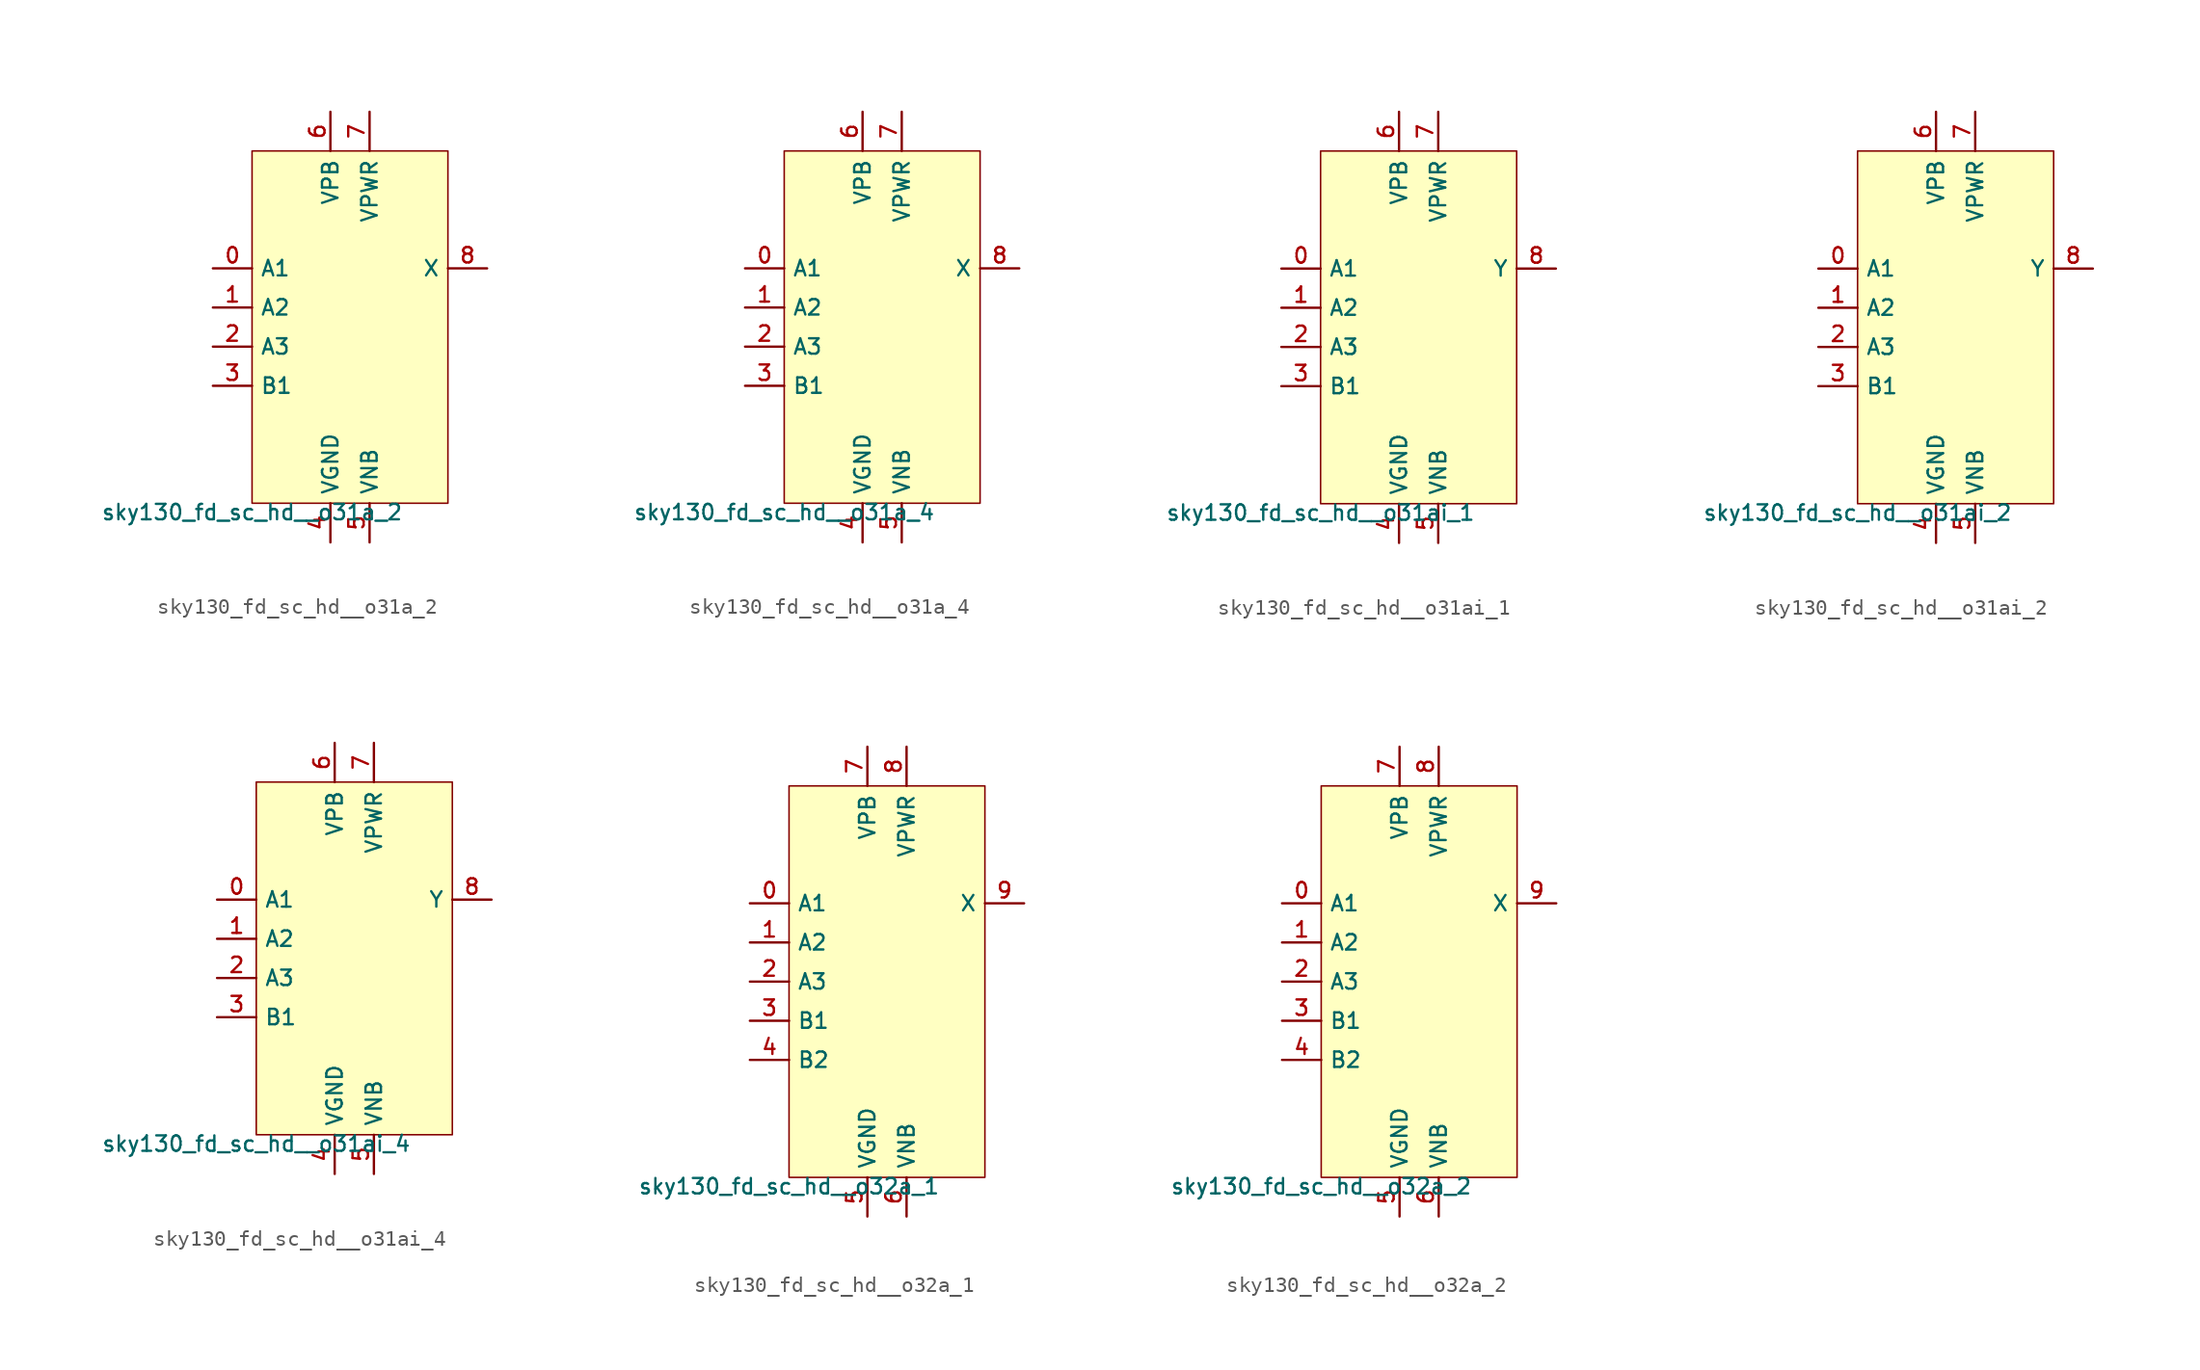
<source format=kicad_sym>
(kicad_symbol_lib
  (version 20211014)
  (generator lef2kicad_sym)
  (symbol "sky130_fd_sc_hd__o31a_2"
    (property "Reference" "X"
      (at 0 0 0)
      (effects (font (size 1 1)) hide))
    (property "Value" "sky130_fd_sc_hd__o31a_2"
      (at -6.35 -11.43 0)
      (effects (font (size 1 1)) (justify top)))
    (rectangle
      (start -6.35 -11.43)
      (end 6.35 11.43)
      (stroke (width 0.1) (type solid) (color 0 0 0 0))
      (fill (type background)))
    (pin input line
      (at -8.89 3.81 0)
      (length 2.54)
      (name "A1" (effects (font (size 1 1)) hide))
      (number "0" (effects (font (size 1 1)) hide)))
    (pin input line
      (at -8.89 1.27 0)
      (length 2.54)
      (name "A2" (effects (font (size 1 1)) hide))
      (number "1" (effects (font (size 1 1)) hide)))
    (pin input line
      (at -8.89 -1.27 0)
      (length 2.54)
      (name "A3" (effects (font (size 1 1)) hide))
      (number "2" (effects (font (size 1 1)) hide)))
    (pin input line
      (at -8.89 -3.81 0)
      (length 2.54)
      (name "B1" (effects (font (size 1 1)) hide))
      (number "3" (effects (font (size 1 1)) hide)))
    (pin power_in line
      (at -1.27 -13.97 90)
      (length 2.54)
      (name "VGND" (effects (font (size 1 1)) hide))
      (number "4" (effects (font (size 1 1)) hide)))
    (pin power_in line
      (at 1.27 -13.97 90)
      (length 2.54)
      (name "VNB" (effects (font (size 1 1)) hide))
      (number "5" (effects (font (size 1 1)) hide)))
    (pin power_in line
      (at -1.27 13.97 270)
      (length 2.54)
      (name "VPB" (effects (font (size 1 1)) hide))
      (number "6" (effects (font (size 1 1)) hide)))
    (pin power_in line
      (at 1.27 13.97 270)
      (length 2.54)
      (name "VPWR" (effects (font (size 1 1)) hide))
      (number "7" (effects (font (size 1 1)) hide)))
    (pin output line
      (at 8.89 3.81 180)
      (length 2.54)
      (name "X" (effects (font (size 1 1)) hide))
      (number "8" (effects (font (size 1 1)) hide))))
  (symbol "sky130_fd_sc_hd__o31a_4"
    (property "Reference" "X"
      (at 0 0 0)
      (effects (font (size 1 1)) hide))
    (property "Value" "sky130_fd_sc_hd__o31a_4"
      (at -6.35 -11.43 0)
      (effects (font (size 1 1)) (justify top)))
    (rectangle
      (start -6.35 -11.43)
      (end 6.35 11.43)
      (stroke (width 0.1) (type solid) (color 0 0 0 0))
      (fill (type background)))
    (pin input line
      (at -8.89 3.81 0)
      (length 2.54)
      (name "A1" (effects (font (size 1 1)) hide))
      (number "0" (effects (font (size 1 1)) hide)))
    (pin input line
      (at -8.89 1.27 0)
      (length 2.54)
      (name "A2" (effects (font (size 1 1)) hide))
      (number "1" (effects (font (size 1 1)) hide)))
    (pin input line
      (at -8.89 -1.27 0)
      (length 2.54)
      (name "A3" (effects (font (size 1 1)) hide))
      (number "2" (effects (font (size 1 1)) hide)))
    (pin input line
      (at -8.89 -3.81 0)
      (length 2.54)
      (name "B1" (effects (font (size 1 1)) hide))
      (number "3" (effects (font (size 1 1)) hide)))
    (pin power_in line
      (at -1.27 -13.97 90)
      (length 2.54)
      (name "VGND" (effects (font (size 1 1)) hide))
      (number "4" (effects (font (size 1 1)) hide)))
    (pin power_in line
      (at 1.27 -13.97 90)
      (length 2.54)
      (name "VNB" (effects (font (size 1 1)) hide))
      (number "5" (effects (font (size 1 1)) hide)))
    (pin power_in line
      (at -1.27 13.97 270)
      (length 2.54)
      (name "VPB" (effects (font (size 1 1)) hide))
      (number "6" (effects (font (size 1 1)) hide)))
    (pin power_in line
      (at 1.27 13.97 270)
      (length 2.54)
      (name "VPWR" (effects (font (size 1 1)) hide))
      (number "7" (effects (font (size 1 1)) hide)))
    (pin output line
      (at 8.89 3.81 180)
      (length 2.54)
      (name "X" (effects (font (size 1 1)) hide))
      (number "8" (effects (font (size 1 1)) hide))))
  (symbol "sky130_fd_sc_hd__o31ai_1"
    (property "Reference" "X"
      (at 0 0 0)
      (effects (font (size 1 1)) hide))
    (property "Value" "sky130_fd_sc_hd__o31ai_1"
      (at -6.35 -11.43 0)
      (effects (font (size 1 1)) (justify top)))
    (rectangle
      (start -6.35 -11.43)
      (end 6.35 11.43)
      (stroke (width 0.1) (type solid) (color 0 0 0 0))
      (fill (type background)))
    (pin input line
      (at -8.89 3.81 0)
      (length 2.54)
      (name "A1" (effects (font (size 1 1)) hide))
      (number "0" (effects (font (size 1 1)) hide)))
    (pin input line
      (at -8.89 1.27 0)
      (length 2.54)
      (name "A2" (effects (font (size 1 1)) hide))
      (number "1" (effects (font (size 1 1)) hide)))
    (pin input line
      (at -8.89 -1.27 0)
      (length 2.54)
      (name "A3" (effects (font (size 1 1)) hide))
      (number "2" (effects (font (size 1 1)) hide)))
    (pin input line
      (at -8.89 -3.81 0)
      (length 2.54)
      (name "B1" (effects (font (size 1 1)) hide))
      (number "3" (effects (font (size 1 1)) hide)))
    (pin power_in line
      (at -1.27 -13.97 90)
      (length 2.54)
      (name "VGND" (effects (font (size 1 1)) hide))
      (number "4" (effects (font (size 1 1)) hide)))
    (pin power_in line
      (at 1.27 -13.97 90)
      (length 2.54)
      (name "VNB" (effects (font (size 1 1)) hide))
      (number "5" (effects (font (size 1 1)) hide)))
    (pin power_in line
      (at -1.27 13.97 270)
      (length 2.54)
      (name "VPB" (effects (font (size 1 1)) hide))
      (number "6" (effects (font (size 1 1)) hide)))
    (pin power_in line
      (at 1.27 13.97 270)
      (length 2.54)
      (name "VPWR" (effects (font (size 1 1)) hide))
      (number "7" (effects (font (size 1 1)) hide)))
    (pin output line
      (at 8.89 3.81 180)
      (length 2.54)
      (name "Y" (effects (font (size 1 1)) hide))
      (number "8" (effects (font (size 1 1)) hide))))
  (symbol "sky130_fd_sc_hd__o31ai_2"
    (property "Reference" "X"
      (at 0 0 0)
      (effects (font (size 1 1)) hide))
    (property "Value" "sky130_fd_sc_hd__o31ai_2"
      (at -6.35 -11.43 0)
      (effects (font (size 1 1)) (justify top)))
    (rectangle
      (start -6.35 -11.43)
      (end 6.35 11.43)
      (stroke (width 0.1) (type solid) (color 0 0 0 0))
      (fill (type background)))
    (pin input line
      (at -8.89 3.81 0)
      (length 2.54)
      (name "A1" (effects (font (size 1 1)) hide))
      (number "0" (effects (font (size 1 1)) hide)))
    (pin input line
      (at -8.89 1.27 0)
      (length 2.54)
      (name "A2" (effects (font (size 1 1)) hide))
      (number "1" (effects (font (size 1 1)) hide)))
    (pin input line
      (at -8.89 -1.27 0)
      (length 2.54)
      (name "A3" (effects (font (size 1 1)) hide))
      (number "2" (effects (font (size 1 1)) hide)))
    (pin input line
      (at -8.89 -3.81 0)
      (length 2.54)
      (name "B1" (effects (font (size 1 1)) hide))
      (number "3" (effects (font (size 1 1)) hide)))
    (pin power_in line
      (at -1.27 -13.97 90)
      (length 2.54)
      (name "VGND" (effects (font (size 1 1)) hide))
      (number "4" (effects (font (size 1 1)) hide)))
    (pin power_in line
      (at 1.27 -13.97 90)
      (length 2.54)
      (name "VNB" (effects (font (size 1 1)) hide))
      (number "5" (effects (font (size 1 1)) hide)))
    (pin power_in line
      (at -1.27 13.97 270)
      (length 2.54)
      (name "VPB" (effects (font (size 1 1)) hide))
      (number "6" (effects (font (size 1 1)) hide)))
    (pin power_in line
      (at 1.27 13.97 270)
      (length 2.54)
      (name "VPWR" (effects (font (size 1 1)) hide))
      (number "7" (effects (font (size 1 1)) hide)))
    (pin output line
      (at 8.89 3.81 180)
      (length 2.54)
      (name "Y" (effects (font (size 1 1)) hide))
      (number "8" (effects (font (size 1 1)) hide))))
  (symbol "sky130_fd_sc_hd__o31ai_4"
    (property "Reference" "X"
      (at 0 0 0)
      (effects (font (size 1 1)) hide))
    (property "Value" "sky130_fd_sc_hd__o31ai_4"
      (at -6.35 -11.43 0)
      (effects (font (size 1 1)) (justify top)))
    (rectangle
      (start -6.35 -11.43)
      (end 6.35 11.43)
      (stroke (width 0.1) (type solid) (color 0 0 0 0))
      (fill (type background)))
    (pin input line
      (at -8.89 3.81 0)
      (length 2.54)
      (name "A1" (effects (font (size 1 1)) hide))
      (number "0" (effects (font (size 1 1)) hide)))
    (pin input line
      (at -8.89 1.27 0)
      (length 2.54)
      (name "A2" (effects (font (size 1 1)) hide))
      (number "1" (effects (font (size 1 1)) hide)))
    (pin input line
      (at -8.89 -1.27 0)
      (length 2.54)
      (name "A3" (effects (font (size 1 1)) hide))
      (number "2" (effects (font (size 1 1)) hide)))
    (pin input line
      (at -8.89 -3.81 0)
      (length 2.54)
      (name "B1" (effects (font (size 1 1)) hide))
      (number "3" (effects (font (size 1 1)) hide)))
    (pin power_in line
      (at -1.27 -13.97 90)
      (length 2.54)
      (name "VGND" (effects (font (size 1 1)) hide))
      (number "4" (effects (font (size 1 1)) hide)))
    (pin power_in line
      (at 1.27 -13.97 90)
      (length 2.54)
      (name "VNB" (effects (font (size 1 1)) hide))
      (number "5" (effects (font (size 1 1)) hide)))
    (pin power_in line
      (at -1.27 13.97 270)
      (length 2.54)
      (name "VPB" (effects (font (size 1 1)) hide))
      (number "6" (effects (font (size 1 1)) hide)))
    (pin power_in line
      (at 1.27 13.97 270)
      (length 2.54)
      (name "VPWR" (effects (font (size 1 1)) hide))
      (number "7" (effects (font (size 1 1)) hide)))
    (pin output line
      (at 8.89 3.81 180)
      (length 2.54)
      (name "Y" (effects (font (size 1 1)) hide))
      (number "8" (effects (font (size 1 1)) hide))))
  (symbol "sky130_fd_sc_hd__o32a_1"
    (property "Reference" "X"
      (at 0 0 0)
      (effects (font (size 1 1)) hide))
    (property "Value" "sky130_fd_sc_hd__o32a_1"
      (at -6.35 -12.7 0)
      (effects (font (size 1 1)) (justify top)))
    (rectangle
      (start -6.35 -12.7)
      (end 6.35 12.7)
      (stroke (width 0.1) (type solid) (color 0 0 0 0))
      (fill (type background)))
    (pin input line
      (at -8.89 5.08 0)
      (length 2.54)
      (name "A1" (effects (font (size 1 1)) hide))
      (number "0" (effects (font (size 1 1)) hide)))
    (pin input line
      (at -8.89 2.54 0)
      (length 2.54)
      (name "A2" (effects (font (size 1 1)) hide))
      (number "1" (effects (font (size 1 1)) hide)))
    (pin input line
      (at -8.89 -8.881784197001252e-16 0)
      (length 2.54)
      (name "A3" (effects (font (size 1 1)) hide))
      (number "2" (effects (font (size 1 1)) hide)))
    (pin input line
      (at -8.89 -2.54 0)
      (length 2.54)
      (name "B1" (effects (font (size 1 1)) hide))
      (number "3" (effects (font (size 1 1)) hide)))
    (pin input line
      (at -8.89 -5.08 0)
      (length 2.54)
      (name "B2" (effects (font (size 1 1)) hide))
      (number "4" (effects (font (size 1 1)) hide)))
    (pin power_in line
      (at -1.27 -15.24 90)
      (length 2.54)
      (name "VGND" (effects (font (size 1 1)) hide))
      (number "5" (effects (font (size 1 1)) hide)))
    (pin power_in line
      (at 1.27 -15.24 90)
      (length 2.54)
      (name "VNB" (effects (font (size 1 1)) hide))
      (number "6" (effects (font (size 1 1)) hide)))
    (pin power_in line
      (at -1.27 15.24 270)
      (length 2.54)
      (name "VPB" (effects (font (size 1 1)) hide))
      (number "7" (effects (font (size 1 1)) hide)))
    (pin power_in line
      (at 1.27 15.24 270)
      (length 2.54)
      (name "VPWR" (effects (font (size 1 1)) hide))
      (number "8" (effects (font (size 1 1)) hide)))
    (pin output line
      (at 8.89 5.08 180)
      (length 2.54)
      (name "X" (effects (font (size 1 1)) hide))
      (number "9" (effects (font (size 1 1)) hide))))
  (symbol "sky130_fd_sc_hd__o32a_2"
    (property "Reference" "X"
      (at 0 0 0)
      (effects (font (size 1 1)) hide))
    (property "Value" "sky130_fd_sc_hd__o32a_2"
      (at -6.35 -12.7 0)
      (effects (font (size 1 1)) (justify top)))
    (rectangle
      (start -6.35 -12.7)
      (end 6.35 12.7)
      (stroke (width 0.1) (type solid) (color 0 0 0 0))
      (fill (type background)))
    (pin input line
      (at -8.89 5.08 0)
      (length 2.54)
      (name "A1" (effects (font (size 1 1)) hide))
      (number "0" (effects (font (size 1 1)) hide)))
    (pin input line
      (at -8.89 2.54 0)
      (length 2.54)
      (name "A2" (effects (font (size 1 1)) hide))
      (number "1" (effects (font (size 1 1)) hide)))
    (pin input line
      (at -8.89 -8.881784197001252e-16 0)
      (length 2.54)
      (name "A3" (effects (font (size 1 1)) hide))
      (number "2" (effects (font (size 1 1)) hide)))
    (pin input line
      (at -8.89 -2.54 0)
      (length 2.54)
      (name "B1" (effects (font (size 1 1)) hide))
      (number "3" (effects (font (size 1 1)) hide)))
    (pin input line
      (at -8.89 -5.08 0)
      (length 2.54)
      (name "B2" (effects (font (size 1 1)) hide))
      (number "4" (effects (font (size 1 1)) hide)))
    (pin power_in line
      (at -1.27 -15.24 90)
      (length 2.54)
      (name "VGND" (effects (font (size 1 1)) hide))
      (number "5" (effects (font (size 1 1)) hide)))
    (pin power_in line
      (at 1.27 -15.24 90)
      (length 2.54)
      (name "VNB" (effects (font (size 1 1)) hide))
      (number "6" (effects (font (size 1 1)) hide)))
    (pin power_in line
      (at -1.27 15.24 270)
      (length 2.54)
      (name "VPB" (effects (font (size 1 1)) hide))
      (number "7" (effects (font (size 1 1)) hide)))
    (pin power_in line
      (at 1.27 15.24 270)
      (length 2.54)
      (name "VPWR" (effects (font (size 1 1)) hide))
      (number "8" (effects (font (size 1 1)) hide)))
    (pin output line
      (at 8.89 5.08 180)
      (length 2.54)
      (name "X" (effects (font (size 1 1)) hide))
      (number "9" (effects (font (size 1 1)) hide)))))
</source>
